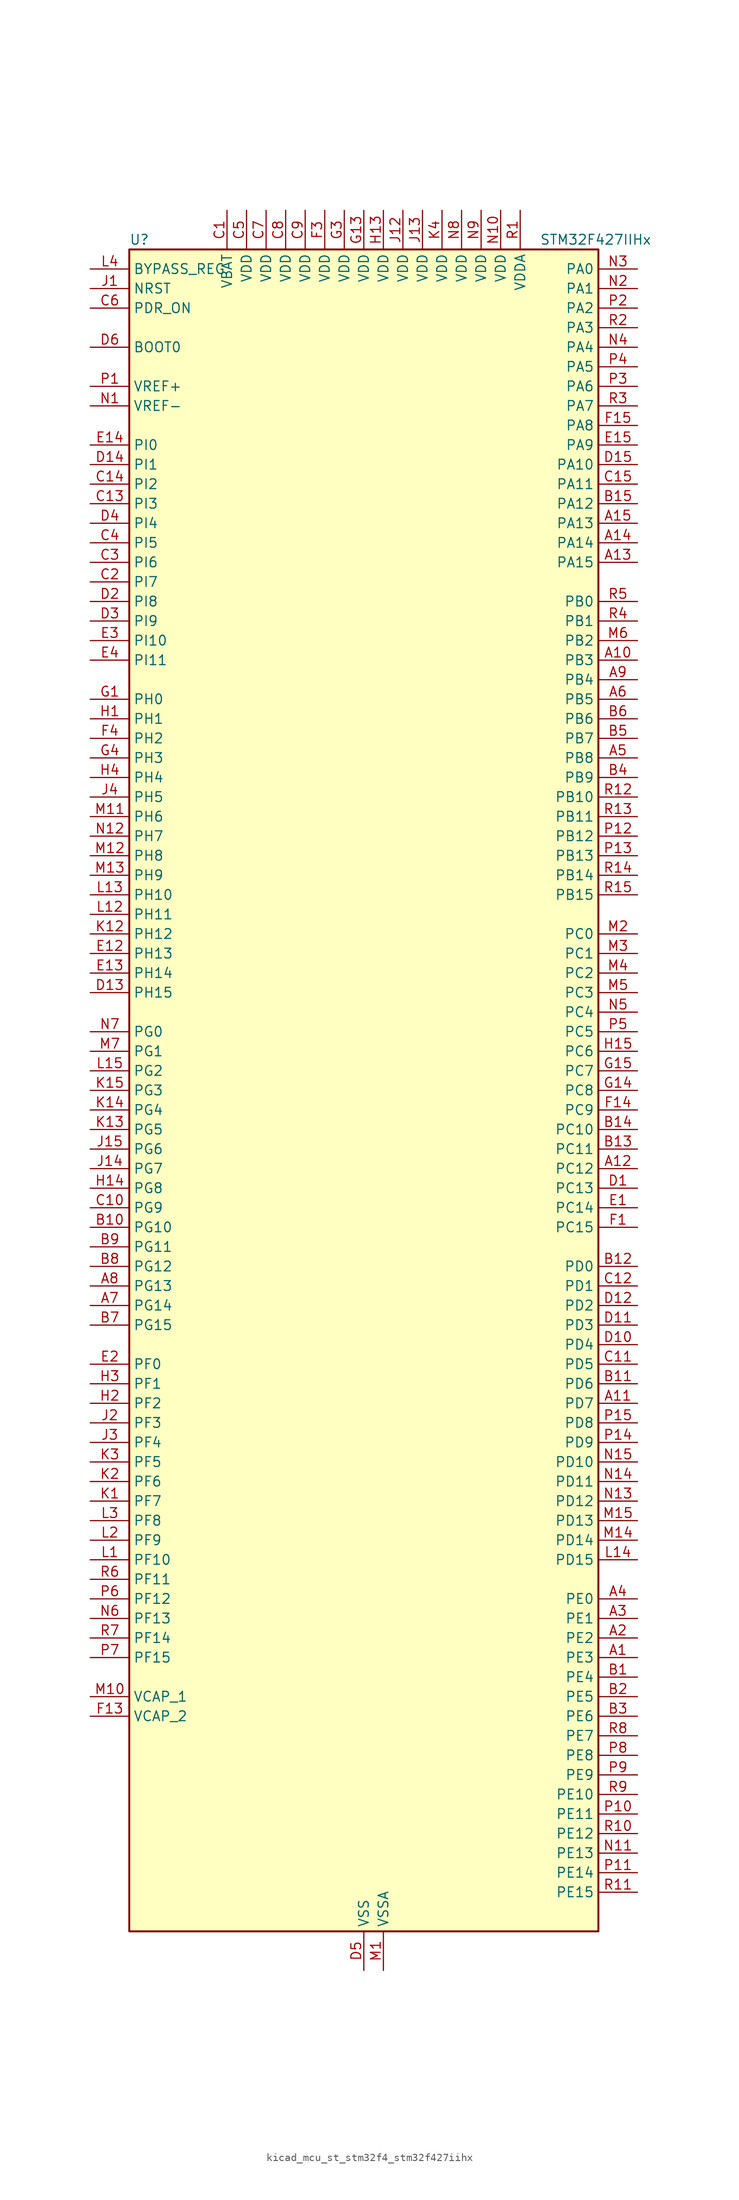
<source format=kicad_sym>
(kicad_symbol_lib
  (version 20220914)
  (generator kicad_symbol_editor)
  (symbol "kicad_mcu_st_stm32f4_stm32f427iihx"
    (property "Reference" "U"
      (at -30.48 110.49 0)
      (effects (font (size 1.27 1.27)) (justify left)))
    (property "Value" "STM32F427IIHx"
      (at 22.86 110.49 0)
      (effects (font (size 1.27 1.27)) (justify left)))
    (property "ki_locked" ""
      (at 0 0 0)
      (effects (font (size 1.27 1.27))))
    (symbol "kicad_mcu_st_stm32f4_stm32f427iihx_0_1"
      (rectangle (start -30.48 -109.22) (end 30.48 109.22) (stroke (width 0.254) (type default)) (fill (type background))))
    (symbol "kicad_mcu_st_stm32f4_stm32f427iihx_1_1"
      (pin bidirectional line (at 35.56 -73.66 180) (length 5.08) (name "PE3" (effects (font (size 1.27 1.27)))) (number "A1" (effects (font (size 1.27 1.27)))) (alternate "FMC_A19" bidirectional line) (alternate "SAI1_SD_B" bidirectional line) (alternate "SYS_TRACED0" bidirectional line))
      (pin bidirectional line (at 35.56 55.88 180) (length 5.08) (name "PB3" (effects (font (size 1.27 1.27)))) (number "A10" (effects (font (size 1.27 1.27)))) (alternate "I2S3_CK" bidirectional line) (alternate "SPI1_SCK" bidirectional line) (alternate "SPI3_SCK" bidirectional line) (alternate "SYS_JTDO-SWO" bidirectional line) (alternate "TIM2_CH2" bidirectional line))
      (pin bidirectional line (at 35.56 -40.64 180) (length 5.08) (name "PD7" (effects (font (size 1.27 1.27)))) (number "A11" (effects (font (size 1.27 1.27)))) (alternate "FMC_NCE2" bidirectional line) (alternate "FMC_NE1" bidirectional line) (alternate "USART2_CK" bidirectional line))
      (pin bidirectional line (at 35.56 -10.16 180) (length 5.08) (name "PC12" (effects (font (size 1.27 1.27)))) (number "A12" (effects (font (size 1.27 1.27)))) (alternate "DCMI_D9" bidirectional line) (alternate "I2S3_SD" bidirectional line) (alternate "SDIO_CK" bidirectional line) (alternate "SPI3_MOSI" bidirectional line) (alternate "UART5_TX" bidirectional line) (alternate "USART3_CK" bidirectional line))
      (pin bidirectional line (at 35.56 68.58 180) (length 5.08) (name "PA15" (effects (font (size 1.27 1.27)))) (number "A13" (effects (font (size 1.27 1.27)))) (alternate "ADC1_EXTI15" bidirectional line) (alternate "ADC2_EXTI15" bidirectional line) (alternate "ADC3_EXTI15" bidirectional line) (alternate "I2S3_WS" bidirectional line) (alternate "SPI1_NSS" bidirectional line) (alternate "SPI3_NSS" bidirectional line) (alternate "SYS_JTDI" bidirectional line) (alternate "TIM2_CH1" bidirectional line) (alternate "TIM2_ETR" bidirectional line))
      (pin bidirectional line (at 35.56 71.12 180) (length 5.08) (name "PA14" (effects (font (size 1.27 1.27)))) (number "A14" (effects (font (size 1.27 1.27)))) (alternate "SYS_JTCK-SWCLK" bidirectional line))
      (pin bidirectional line (at 35.56 73.66 180) (length 5.08) (name "PA13" (effects (font (size 1.27 1.27)))) (number "A15" (effects (font (size 1.27 1.27)))) (alternate "SYS_JTMS-SWDIO" bidirectional line))
      (pin bidirectional line (at 35.56 -71.12 180) (length 5.08) (name "PE2" (effects (font (size 1.27 1.27)))) (number "A2" (effects (font (size 1.27 1.27)))) (alternate "ETH_TXD3" bidirectional line) (alternate "FMC_A23" bidirectional line) (alternate "SAI1_MCLK_A" bidirectional line) (alternate "SPI4_SCK" bidirectional line) (alternate "SYS_TRACECLK" bidirectional line))
      (pin bidirectional line (at 35.56 -68.58 180) (length 5.08) (name "PE1" (effects (font (size 1.27 1.27)))) (number "A3" (effects (font (size 1.27 1.27)))) (alternate "DCMI_D3" bidirectional line) (alternate "FMC_NBL1" bidirectional line) (alternate "UART8_TX" bidirectional line))
      (pin bidirectional line (at 35.56 -66.04 180) (length 5.08) (name "PE0" (effects (font (size 1.27 1.27)))) (number "A4" (effects (font (size 1.27 1.27)))) (alternate "DCMI_D2" bidirectional line) (alternate "FMC_NBL0" bidirectional line) (alternate "TIM4_ETR" bidirectional line) (alternate "UART8_RX" bidirectional line))
      (pin bidirectional line (at 35.56 43.18 180) (length 5.08) (name "PB8" (effects (font (size 1.27 1.27)))) (number "A5" (effects (font (size 1.27 1.27)))) (alternate "CAN1_RX" bidirectional line) (alternate "DCMI_D6" bidirectional line) (alternate "ETH_TXD3" bidirectional line) (alternate "I2C1_SCL" bidirectional line) (alternate "SDIO_D4" bidirectional line) (alternate "TIM10_CH1" bidirectional line) (alternate "TIM4_CH3" bidirectional line))
      (pin bidirectional line (at 35.56 50.8 180) (length 5.08) (name "PB5" (effects (font (size 1.27 1.27)))) (number "A6" (effects (font (size 1.27 1.27)))) (alternate "CAN2_RX" bidirectional line) (alternate "DCMI_D10" bidirectional line) (alternate "ETH_PPS_OUT" bidirectional line) (alternate "FMC_SDCKE1" bidirectional line) (alternate "I2C1_SMBA" bidirectional line) (alternate "I2S3_SD" bidirectional line) (alternate "SPI1_MOSI" bidirectional line) (alternate "SPI3_MOSI" bidirectional line) (alternate "TIM3_CH2" bidirectional line) (alternate "USB_OTG_HS_ULPI_D7" bidirectional line))
      (pin bidirectional line (at -35.56 -27.94 0) (length 5.08) (name "PG14" (effects (font (size 1.27 1.27)))) (number "A7" (effects (font (size 1.27 1.27)))) (alternate "ETH_TXD1" bidirectional line) (alternate "FMC_A25" bidirectional line) (alternate "SPI6_MOSI" bidirectional line) (alternate "USART6_TX" bidirectional line))
      (pin bidirectional line (at -35.56 -25.4 0) (length 5.08) (name "PG13" (effects (font (size 1.27 1.27)))) (number "A8" (effects (font (size 1.27 1.27)))) (alternate "ETH_TXD0" bidirectional line) (alternate "FMC_A24" bidirectional line) (alternate "SPI6_SCK" bidirectional line) (alternate "USART6_CTS" bidirectional line))
      (pin bidirectional line (at 35.56 53.34 180) (length 5.08) (name "PB4" (effects (font (size 1.27 1.27)))) (number "A9" (effects (font (size 1.27 1.27)))) (alternate "I2S3_ext_SD" bidirectional line) (alternate "SPI1_MISO" bidirectional line) (alternate "SPI3_MISO" bidirectional line) (alternate "SYS_JTRST" bidirectional line) (alternate "TIM3_CH1" bidirectional line))
      (pin bidirectional line (at 35.56 -76.2 180) (length 5.08) (name "PE4" (effects (font (size 1.27 1.27)))) (number "B1" (effects (font (size 1.27 1.27)))) (alternate "DCMI_D4" bidirectional line) (alternate "FMC_A20" bidirectional line) (alternate "SAI1_FS_A" bidirectional line) (alternate "SPI4_NSS" bidirectional line) (alternate "SYS_TRACED1" bidirectional line))
      (pin bidirectional line (at -35.56 -17.78 0) (length 5.08) (name "PG10" (effects (font (size 1.27 1.27)))) (number "B10" (effects (font (size 1.27 1.27)))) (alternate "DCMI_D2" bidirectional line) (alternate "FMC_NCE4_1" bidirectional line) (alternate "FMC_NE3" bidirectional line))
      (pin bidirectional line (at 35.56 -38.1 180) (length 5.08) (name "PD6" (effects (font (size 1.27 1.27)))) (number "B11" (effects (font (size 1.27 1.27)))) (alternate "DCMI_D10" bidirectional line) (alternate "FMC_NWAIT" bidirectional line) (alternate "I2S3_SD" bidirectional line) (alternate "SAI1_SD_A" bidirectional line) (alternate "SPI3_MOSI" bidirectional line) (alternate "USART2_RX" bidirectional line))
      (pin bidirectional line (at 35.56 -22.86 180) (length 5.08) (name "PD0" (effects (font (size 1.27 1.27)))) (number "B12" (effects (font (size 1.27 1.27)))) (alternate "CAN1_RX" bidirectional line) (alternate "FMC_D2" bidirectional line) (alternate "FMC_DA2" bidirectional line))
      (pin bidirectional line (at 35.56 -7.62 180) (length 5.08) (name "PC11" (effects (font (size 1.27 1.27)))) (number "B13" (effects (font (size 1.27 1.27)))) (alternate "ADC1_EXTI11" bidirectional line) (alternate "ADC2_EXTI11" bidirectional line) (alternate "ADC3_EXTI11" bidirectional line) (alternate "DCMI_D4" bidirectional line) (alternate "I2S3_ext_SD" bidirectional line) (alternate "SDIO_D3" bidirectional line) (alternate "SPI3_MISO" bidirectional line) (alternate "UART4_RX" bidirectional line) (alternate "USART3_RX" bidirectional line))
      (pin bidirectional line (at 35.56 -5.08 180) (length 5.08) (name "PC10" (effects (font (size 1.27 1.27)))) (number "B14" (effects (font (size 1.27 1.27)))) (alternate "DCMI_D8" bidirectional line) (alternate "I2S3_CK" bidirectional line) (alternate "SDIO_D2" bidirectional line) (alternate "SPI3_SCK" bidirectional line) (alternate "UART4_TX" bidirectional line) (alternate "USART3_TX" bidirectional line))
      (pin bidirectional line (at 35.56 76.2 180) (length 5.08) (name "PA12" (effects (font (size 1.27 1.27)))) (number "B15" (effects (font (size 1.27 1.27)))) (alternate "CAN1_TX" bidirectional line) (alternate "TIM1_ETR" bidirectional line) (alternate "USART1_RTS" bidirectional line) (alternate "USB_OTG_FS_DP" bidirectional line))
      (pin bidirectional line (at 35.56 -78.74 180) (length 5.08) (name "PE5" (effects (font (size 1.27 1.27)))) (number "B2" (effects (font (size 1.27 1.27)))) (alternate "DCMI_D6" bidirectional line) (alternate "FMC_A21" bidirectional line) (alternate "SAI1_SCK_A" bidirectional line) (alternate "SPI4_MISO" bidirectional line) (alternate "SYS_TRACED2" bidirectional line) (alternate "TIM9_CH1" bidirectional line))
      (pin bidirectional line (at 35.56 -81.28 180) (length 5.08) (name "PE6" (effects (font (size 1.27 1.27)))) (number "B3" (effects (font (size 1.27 1.27)))) (alternate "DCMI_D7" bidirectional line) (alternate "FMC_A22" bidirectional line) (alternate "SAI1_SD_A" bidirectional line) (alternate "SPI4_MOSI" bidirectional line) (alternate "SYS_TRACED3" bidirectional line) (alternate "TIM9_CH2" bidirectional line))
      (pin bidirectional line (at 35.56 40.64 180) (length 5.08) (name "PB9" (effects (font (size 1.27 1.27)))) (number "B4" (effects (font (size 1.27 1.27)))) (alternate "CAN1_TX" bidirectional line) (alternate "DAC_EXTI9" bidirectional line) (alternate "DCMI_D7" bidirectional line) (alternate "I2C1_SDA" bidirectional line) (alternate "I2S2_WS" bidirectional line) (alternate "SDIO_D5" bidirectional line) (alternate "SPI2_NSS" bidirectional line) (alternate "TIM11_CH1" bidirectional line) (alternate "TIM4_CH4" bidirectional line))
      (pin bidirectional line (at 35.56 45.72 180) (length 5.08) (name "PB7" (effects (font (size 1.27 1.27)))) (number "B5" (effects (font (size 1.27 1.27)))) (alternate "DCMI_VSYNC" bidirectional line) (alternate "FMC_NL" bidirectional line) (alternate "I2C1_SDA" bidirectional line) (alternate "TIM4_CH2" bidirectional line) (alternate "USART1_RX" bidirectional line))
      (pin bidirectional line (at 35.56 48.26 180) (length 5.08) (name "PB6" (effects (font (size 1.27 1.27)))) (number "B6" (effects (font (size 1.27 1.27)))) (alternate "CAN2_TX" bidirectional line) (alternate "DCMI_D5" bidirectional line) (alternate "FMC_SDNE1" bidirectional line) (alternate "I2C1_SCL" bidirectional line) (alternate "TIM4_CH1" bidirectional line) (alternate "USART1_TX" bidirectional line))
      (pin bidirectional line (at -35.56 -30.48 0) (length 5.08) (name "PG15" (effects (font (size 1.27 1.27)))) (number "B7" (effects (font (size 1.27 1.27)))) (alternate "ADC1_EXTI15" bidirectional line) (alternate "ADC2_EXTI15" bidirectional line) (alternate "ADC3_EXTI15" bidirectional line) (alternate "DCMI_D13" bidirectional line) (alternate "FMC_SDNCAS" bidirectional line) (alternate "USART6_CTS" bidirectional line))
      (pin bidirectional line (at -35.56 -22.86 0) (length 5.08) (name "PG12" (effects (font (size 1.27 1.27)))) (number "B8" (effects (font (size 1.27 1.27)))) (alternate "FMC_NE4" bidirectional line) (alternate "SPI6_MISO" bidirectional line) (alternate "USART6_RTS" bidirectional line))
      (pin bidirectional line (at -35.56 -20.32 0) (length 5.08) (name "PG11" (effects (font (size 1.27 1.27)))) (number "B9" (effects (font (size 1.27 1.27)))) (alternate "ADC1_EXTI11" bidirectional line) (alternate "ADC2_EXTI11" bidirectional line) (alternate "ADC3_EXTI11" bidirectional line) (alternate "DCMI_D3" bidirectional line) (alternate "ETH_TX_EN" bidirectional line) (alternate "FMC_NCE4_2" bidirectional line))
      (pin power_in line (at -17.78 114.3 270) (length 5.08) (name "VBAT" (effects (font (size 1.27 1.27)))) (number "C1" (effects (font (size 1.27 1.27)))))
      (pin bidirectional line (at -35.56 -15.24 0) (length 5.08) (name "PG9" (effects (font (size 1.27 1.27)))) (number "C10" (effects (font (size 1.27 1.27)))) (alternate "DAC_EXTI9" bidirectional line) (alternate "DCMI_VSYNC" bidirectional line) (alternate "FMC_NCE3" bidirectional line) (alternate "FMC_NE2" bidirectional line) (alternate "USART6_RX" bidirectional line))
      (pin bidirectional line (at 35.56 -35.56 180) (length 5.08) (name "PD5" (effects (font (size 1.27 1.27)))) (number "C11" (effects (font (size 1.27 1.27)))) (alternate "FMC_NWE" bidirectional line) (alternate "USART2_TX" bidirectional line))
      (pin bidirectional line (at 35.56 -25.4 180) (length 5.08) (name "PD1" (effects (font (size 1.27 1.27)))) (number "C12" (effects (font (size 1.27 1.27)))) (alternate "CAN1_TX" bidirectional line) (alternate "FMC_D3" bidirectional line) (alternate "FMC_DA3" bidirectional line))
      (pin bidirectional line (at -35.56 76.2 0) (length 5.08) (name "PI3" (effects (font (size 1.27 1.27)))) (number "C13" (effects (font (size 1.27 1.27)))) (alternate "DCMI_D10" bidirectional line) (alternate "FMC_D27" bidirectional line) (alternate "I2S2_SD" bidirectional line) (alternate "SPI2_MOSI" bidirectional line) (alternate "TIM8_ETR" bidirectional line))
      (pin bidirectional line (at -35.56 78.74 0) (length 5.08) (name "PI2" (effects (font (size 1.27 1.27)))) (number "C14" (effects (font (size 1.27 1.27)))) (alternate "DCMI_D9" bidirectional line) (alternate "FMC_D26" bidirectional line) (alternate "I2S2_ext_SD" bidirectional line) (alternate "SPI2_MISO" bidirectional line) (alternate "TIM8_CH4" bidirectional line))
      (pin bidirectional line (at 35.56 78.74 180) (length 5.08) (name "PA11" (effects (font (size 1.27 1.27)))) (number "C15" (effects (font (size 1.27 1.27)))) (alternate "ADC1_EXTI11" bidirectional line) (alternate "ADC2_EXTI11" bidirectional line) (alternate "ADC3_EXTI11" bidirectional line) (alternate "CAN1_RX" bidirectional line) (alternate "TIM1_CH4" bidirectional line) (alternate "USART1_CTS" bidirectional line) (alternate "USB_OTG_FS_DM" bidirectional line))
      (pin bidirectional line (at -35.56 66.04 0) (length 5.08) (name "PI7" (effects (font (size 1.27 1.27)))) (number "C2" (effects (font (size 1.27 1.27)))) (alternate "DCMI_D7" bidirectional line) (alternate "FMC_D29" bidirectional line) (alternate "TIM8_CH3" bidirectional line))
      (pin bidirectional line (at -35.56 68.58 0) (length 5.08) (name "PI6" (effects (font (size 1.27 1.27)))) (number "C3" (effects (font (size 1.27 1.27)))) (alternate "DCMI_D6" bidirectional line) (alternate "FMC_D28" bidirectional line) (alternate "TIM8_CH2" bidirectional line))
      (pin bidirectional line (at -35.56 71.12 0) (length 5.08) (name "PI5" (effects (font (size 1.27 1.27)))) (number "C4" (effects (font (size 1.27 1.27)))) (alternate "DCMI_VSYNC" bidirectional line) (alternate "FMC_NBL3" bidirectional line) (alternate "TIM8_CH1" bidirectional line))
      (pin power_in line (at -15.24 114.3 270) (length 5.08) (name "VDD" (effects (font (size 1.27 1.27)))) (number "C5" (effects (font (size 1.27 1.27)))))
      (pin input line (at -35.56 101.6 0) (length 5.08) (name "PDR_ON" (effects (font (size 1.27 1.27)))) (number "C6" (effects (font (size 1.27 1.27)))))
      (pin power_in line (at -12.7 114.3 270) (length 5.08) (name "VDD" (effects (font (size 1.27 1.27)))) (number "C7" (effects (font (size 1.27 1.27)))))
      (pin power_in line (at -10.16 114.3 270) (length 5.08) (name "VDD" (effects (font (size 1.27 1.27)))) (number "C8" (effects (font (size 1.27 1.27)))))
      (pin power_in line (at -7.62 114.3 270) (length 5.08) (name "VDD" (effects (font (size 1.27 1.27)))) (number "C9" (effects (font (size 1.27 1.27)))))
      (pin bidirectional line (at 35.56 -12.7 180) (length 5.08) (name "PC13" (effects (font (size 1.27 1.27)))) (number "D1" (effects (font (size 1.27 1.27)))) (alternate "RTC_AF1" bidirectional line))
      (pin bidirectional line (at 35.56 -33.02 180) (length 5.08) (name "PD4" (effects (font (size 1.27 1.27)))) (number "D10" (effects (font (size 1.27 1.27)))) (alternate "FMC_NOE" bidirectional line) (alternate "USART2_RTS" bidirectional line))
      (pin bidirectional line (at 35.56 -30.48 180) (length 5.08) (name "PD3" (effects (font (size 1.27 1.27)))) (number "D11" (effects (font (size 1.27 1.27)))) (alternate "DCMI_D5" bidirectional line) (alternate "FMC_CLK" bidirectional line) (alternate "I2S2_CK" bidirectional line) (alternate "SPI2_SCK" bidirectional line) (alternate "USART2_CTS" bidirectional line))
      (pin bidirectional line (at 35.56 -27.94 180) (length 5.08) (name "PD2" (effects (font (size 1.27 1.27)))) (number "D12" (effects (font (size 1.27 1.27)))) (alternate "DCMI_D11" bidirectional line) (alternate "SDIO_CMD" bidirectional line) (alternate "TIM3_ETR" bidirectional line) (alternate "UART5_RX" bidirectional line))
      (pin bidirectional line (at -35.56 12.7 0) (length 5.08) (name "PH15" (effects (font (size 1.27 1.27)))) (number "D13" (effects (font (size 1.27 1.27)))) (alternate "ADC1_EXTI15" bidirectional line) (alternate "ADC2_EXTI15" bidirectional line) (alternate "ADC3_EXTI15" bidirectional line) (alternate "DCMI_D11" bidirectional line) (alternate "FMC_D23" bidirectional line) (alternate "TIM8_CH3N" bidirectional line))
      (pin bidirectional line (at -35.56 81.28 0) (length 5.08) (name "PI1" (effects (font (size 1.27 1.27)))) (number "D14" (effects (font (size 1.27 1.27)))) (alternate "DCMI_D8" bidirectional line) (alternate "FMC_D25" bidirectional line) (alternate "I2S2_CK" bidirectional line) (alternate "SPI2_SCK" bidirectional line))
      (pin bidirectional line (at 35.56 81.28 180) (length 5.08) (name "PA10" (effects (font (size 1.27 1.27)))) (number "D15" (effects (font (size 1.27 1.27)))) (alternate "DCMI_D1" bidirectional line) (alternate "TIM1_CH3" bidirectional line) (alternate "USART1_RX" bidirectional line) (alternate "USB_OTG_FS_ID" bidirectional line))
      (pin bidirectional line (at -35.56 63.5 0) (length 5.08) (name "PI8" (effects (font (size 1.27 1.27)))) (number "D2" (effects (font (size 1.27 1.27)))) (alternate "RTC_AF2" bidirectional line))
      (pin bidirectional line (at -35.56 60.96 0) (length 5.08) (name "PI9" (effects (font (size 1.27 1.27)))) (number "D3" (effects (font (size 1.27 1.27)))) (alternate "CAN1_RX" bidirectional line) (alternate "DAC_EXTI9" bidirectional line) (alternate "FMC_D30" bidirectional line))
      (pin bidirectional line (at -35.56 73.66 0) (length 5.08) (name "PI4" (effects (font (size 1.27 1.27)))) (number "D4" (effects (font (size 1.27 1.27)))) (alternate "DCMI_D5" bidirectional line) (alternate "FMC_NBL2" bidirectional line) (alternate "TIM8_BKIN" bidirectional line))
      (pin power_in line (at 0 -114.3 90) (length 5.08) (name "VSS" (effects (font (size 1.27 1.27)))) (number "D5" (effects (font (size 1.27 1.27)))))
      (pin input line (at -35.56 96.52 0) (length 5.08) (name "BOOT0" (effects (font (size 1.27 1.27)))) (number "D6" (effects (font (size 1.27 1.27)))))
      (pin passive line (at 0 -114.3 90) (length 5.08) hide (name "VSS" (effects (font (size 1.27 1.27)))) (number "D7" (effects (font (size 1.27 1.27)))))
      (pin passive line (at 0 -114.3 90) (length 5.08) hide (name "VSS" (effects (font (size 1.27 1.27)))) (number "D8" (effects (font (size 1.27 1.27)))))
      (pin passive line (at 0 -114.3 90) (length 5.08) hide (name "VSS" (effects (font (size 1.27 1.27)))) (number "D9" (effects (font (size 1.27 1.27)))))
      (pin bidirectional line (at 35.56 -15.24 180) (length 5.08) (name "PC14" (effects (font (size 1.27 1.27)))) (number "E1" (effects (font (size 1.27 1.27)))) (alternate "RCC_OSC32_IN" bidirectional line))
      (pin bidirectional line (at -35.56 17.78 0) (length 5.08) (name "PH13" (effects (font (size 1.27 1.27)))) (number "E12" (effects (font (size 1.27 1.27)))) (alternate "CAN1_TX" bidirectional line) (alternate "FMC_D21" bidirectional line) (alternate "TIM8_CH1N" bidirectional line))
      (pin bidirectional line (at -35.56 15.24 0) (length 5.08) (name "PH14" (effects (font (size 1.27 1.27)))) (number "E13" (effects (font (size 1.27 1.27)))) (alternate "DCMI_D4" bidirectional line) (alternate "FMC_D22" bidirectional line) (alternate "TIM8_CH2N" bidirectional line))
      (pin bidirectional line (at -35.56 83.82 0) (length 5.08) (name "PI0" (effects (font (size 1.27 1.27)))) (number "E14" (effects (font (size 1.27 1.27)))) (alternate "DCMI_D13" bidirectional line) (alternate "FMC_D24" bidirectional line) (alternate "I2S2_WS" bidirectional line) (alternate "SPI2_NSS" bidirectional line) (alternate "TIM5_CH4" bidirectional line))
      (pin bidirectional line (at 35.56 83.82 180) (length 5.08) (name "PA9" (effects (font (size 1.27 1.27)))) (number "E15" (effects (font (size 1.27 1.27)))) (alternate "DAC_EXTI9" bidirectional line) (alternate "DCMI_D0" bidirectional line) (alternate "I2C3_SMBA" bidirectional line) (alternate "TIM1_CH2" bidirectional line) (alternate "USART1_TX" bidirectional line) (alternate "USB_OTG_FS_VBUS" bidirectional line))
      (pin bidirectional line (at -35.56 -35.56 0) (length 5.08) (name "PF0" (effects (font (size 1.27 1.27)))) (number "E2" (effects (font (size 1.27 1.27)))) (alternate "FMC_A0" bidirectional line) (alternate "I2C2_SDA" bidirectional line))
      (pin bidirectional line (at -35.56 58.42 0) (length 5.08) (name "PI10" (effects (font (size 1.27 1.27)))) (number "E3" (effects (font (size 1.27 1.27)))) (alternate "ETH_RX_ER" bidirectional line) (alternate "FMC_D31" bidirectional line))
      (pin bidirectional line (at -35.56 55.88 0) (length 5.08) (name "PI11" (effects (font (size 1.27 1.27)))) (number "E4" (effects (font (size 1.27 1.27)))) (alternate "ADC1_EXTI11" bidirectional line) (alternate "ADC2_EXTI11" bidirectional line) (alternate "ADC3_EXTI11" bidirectional line) (alternate "USB_OTG_HS_ULPI_DIR" bidirectional line))
      (pin bidirectional line (at 35.56 -17.78 180) (length 5.08) (name "PC15" (effects (font (size 1.27 1.27)))) (number "F1" (effects (font (size 1.27 1.27)))) (alternate "ADC1_EXTI15" bidirectional line) (alternate "ADC2_EXTI15" bidirectional line) (alternate "ADC3_EXTI15" bidirectional line) (alternate "RCC_OSC32_OUT" bidirectional line))
      (pin passive line (at 0 -114.3 90) (length 5.08) hide (name "VSS" (effects (font (size 1.27 1.27)))) (number "F10" (effects (font (size 1.27 1.27)))))
      (pin passive line (at 0 -114.3 90) (length 5.08) hide (name "VSS" (effects (font (size 1.27 1.27)))) (number "F12" (effects (font (size 1.27 1.27)))))
      (pin power_out line (at -35.56 -81.28 0) (length 5.08) (name "VCAP_2" (effects (font (size 1.27 1.27)))) (number "F13" (effects (font (size 1.27 1.27)))))
      (pin bidirectional line (at 35.56 -2.54 180) (length 5.08) (name "PC9" (effects (font (size 1.27 1.27)))) (number "F14" (effects (font (size 1.27 1.27)))) (alternate "DAC_EXTI9" bidirectional line) (alternate "DCMI_D3" bidirectional line) (alternate "I2C3_SDA" bidirectional line) (alternate "I2S_CKIN" bidirectional line) (alternate "RCC_MCO_2" bidirectional line) (alternate "SDIO_D1" bidirectional line) (alternate "TIM3_CH4" bidirectional line) (alternate "TIM8_CH4" bidirectional line))
      (pin bidirectional line (at 35.56 86.36 180) (length 5.08) (name "PA8" (effects (font (size 1.27 1.27)))) (number "F15" (effects (font (size 1.27 1.27)))) (alternate "I2C3_SCL" bidirectional line) (alternate "RCC_MCO_1" bidirectional line) (alternate "TIM1_CH1" bidirectional line) (alternate "USART1_CK" bidirectional line) (alternate "USB_OTG_FS_SOF" bidirectional line))
      (pin passive line (at 0 -114.3 90) (length 5.08) hide (name "VSS" (effects (font (size 1.27 1.27)))) (number "F2" (effects (font (size 1.27 1.27)))))
      (pin power_in line (at -5.08 114.3 270) (length 5.08) (name "VDD" (effects (font (size 1.27 1.27)))) (number "F3" (effects (font (size 1.27 1.27)))))
      (pin bidirectional line (at -35.56 45.72 0) (length 5.08) (name "PH2" (effects (font (size 1.27 1.27)))) (number "F4" (effects (font (size 1.27 1.27)))) (alternate "ETH_CRS" bidirectional line) (alternate "FMC_SDCKE0" bidirectional line))
      (pin passive line (at 0 -114.3 90) (length 5.08) hide (name "VSS" (effects (font (size 1.27 1.27)))) (number "F6" (effects (font (size 1.27 1.27)))))
      (pin passive line (at 0 -114.3 90) (length 5.08) hide (name "VSS" (effects (font (size 1.27 1.27)))) (number "F7" (effects (font (size 1.27 1.27)))))
      (pin passive line (at 0 -114.3 90) (length 5.08) hide (name "VSS" (effects (font (size 1.27 1.27)))) (number "F8" (effects (font (size 1.27 1.27)))))
      (pin passive line (at 0 -114.3 90) (length 5.08) hide (name "VSS" (effects (font (size 1.27 1.27)))) (number "F9" (effects (font (size 1.27 1.27)))))
      (pin bidirectional line (at -35.56 50.8 0) (length 5.08) (name "PH0" (effects (font (size 1.27 1.27)))) (number "G1" (effects (font (size 1.27 1.27)))) (alternate "RCC_OSC_IN" bidirectional line))
      (pin passive line (at 0 -114.3 90) (length 5.08) hide (name "VSS" (effects (font (size 1.27 1.27)))) (number "G10" (effects (font (size 1.27 1.27)))))
      (pin passive line (at 0 -114.3 90) (length 5.08) hide (name "VSS" (effects (font (size 1.27 1.27)))) (number "G12" (effects (font (size 1.27 1.27)))))
      (pin power_in line (at 0 114.3 270) (length 5.08) (name "VDD" (effects (font (size 1.27 1.27)))) (number "G13" (effects (font (size 1.27 1.27)))))
      (pin bidirectional line (at 35.56 0 180) (length 5.08) (name "PC8" (effects (font (size 1.27 1.27)))) (number "G14" (effects (font (size 1.27 1.27)))) (alternate "DCMI_D2" bidirectional line) (alternate "SDIO_D0" bidirectional line) (alternate "TIM3_CH3" bidirectional line) (alternate "TIM8_CH3" bidirectional line) (alternate "USART6_CK" bidirectional line))
      (pin bidirectional line (at 35.56 2.54 180) (length 5.08) (name "PC7" (effects (font (size 1.27 1.27)))) (number "G15" (effects (font (size 1.27 1.27)))) (alternate "DCMI_D1" bidirectional line) (alternate "I2S3_MCK" bidirectional line) (alternate "SDIO_D7" bidirectional line) (alternate "TIM3_CH2" bidirectional line) (alternate "TIM8_CH2" bidirectional line) (alternate "USART6_RX" bidirectional line))
      (pin passive line (at 0 -114.3 90) (length 5.08) hide (name "VSS" (effects (font (size 1.27 1.27)))) (number "G2" (effects (font (size 1.27 1.27)))))
      (pin power_in line (at -2.54 114.3 270) (length 5.08) (name "VDD" (effects (font (size 1.27 1.27)))) (number "G3" (effects (font (size 1.27 1.27)))))
      (pin bidirectional line (at -35.56 43.18 0) (length 5.08) (name "PH3" (effects (font (size 1.27 1.27)))) (number "G4" (effects (font (size 1.27 1.27)))) (alternate "ETH_COL" bidirectional line) (alternate "FMC_SDNE0" bidirectional line))
      (pin passive line (at 0 -114.3 90) (length 5.08) hide (name "VSS" (effects (font (size 1.27 1.27)))) (number "G6" (effects (font (size 1.27 1.27)))))
      (pin passive line (at 0 -114.3 90) (length 5.08) hide (name "VSS" (effects (font (size 1.27 1.27)))) (number "G7" (effects (font (size 1.27 1.27)))))
      (pin passive line (at 0 -114.3 90) (length 5.08) hide (name "VSS" (effects (font (size 1.27 1.27)))) (number "G8" (effects (font (size 1.27 1.27)))))
      (pin passive line (at 0 -114.3 90) (length 5.08) hide (name "VSS" (effects (font (size 1.27 1.27)))) (number "G9" (effects (font (size 1.27 1.27)))))
      (pin bidirectional line (at -35.56 48.26 0) (length 5.08) (name "PH1" (effects (font (size 1.27 1.27)))) (number "H1" (effects (font (size 1.27 1.27)))) (alternate "RCC_OSC_OUT" bidirectional line))
      (pin passive line (at 0 -114.3 90) (length 5.08) hide (name "VSS" (effects (font (size 1.27 1.27)))) (number "H10" (effects (font (size 1.27 1.27)))))
      (pin passive line (at 0 -114.3 90) (length 5.08) hide (name "VSS" (effects (font (size 1.27 1.27)))) (number "H12" (effects (font (size 1.27 1.27)))))
      (pin power_in line (at 2.54 114.3 270) (length 5.08) (name "VDD" (effects (font (size 1.27 1.27)))) (number "H13" (effects (font (size 1.27 1.27)))))
      (pin bidirectional line (at -35.56 -12.7 0) (length 5.08) (name "PG8" (effects (font (size 1.27 1.27)))) (number "H14" (effects (font (size 1.27 1.27)))) (alternate "ETH_PPS_OUT" bidirectional line) (alternate "FMC_SDCLK" bidirectional line) (alternate "SPI6_NSS" bidirectional line) (alternate "USART6_RTS" bidirectional line))
      (pin bidirectional line (at 35.56 5.08 180) (length 5.08) (name "PC6" (effects (font (size 1.27 1.27)))) (number "H15" (effects (font (size 1.27 1.27)))) (alternate "DCMI_D0" bidirectional line) (alternate "I2S2_MCK" bidirectional line) (alternate "SDIO_D6" bidirectional line) (alternate "TIM3_CH1" bidirectional line) (alternate "TIM8_CH1" bidirectional line) (alternate "USART6_TX" bidirectional line))
      (pin bidirectional line (at -35.56 -40.64 0) (length 5.08) (name "PF2" (effects (font (size 1.27 1.27)))) (number "H2" (effects (font (size 1.27 1.27)))) (alternate "FMC_A2" bidirectional line) (alternate "I2C2_SMBA" bidirectional line))
      (pin bidirectional line (at -35.56 -38.1 0) (length 5.08) (name "PF1" (effects (font (size 1.27 1.27)))) (number "H3" (effects (font (size 1.27 1.27)))) (alternate "FMC_A1" bidirectional line) (alternate "I2C2_SCL" bidirectional line))
      (pin bidirectional line (at -35.56 40.64 0) (length 5.08) (name "PH4" (effects (font (size 1.27 1.27)))) (number "H4" (effects (font (size 1.27 1.27)))) (alternate "I2C2_SCL" bidirectional line) (alternate "USB_OTG_HS_ULPI_NXT" bidirectional line))
      (pin passive line (at 0 -114.3 90) (length 5.08) hide (name "VSS" (effects (font (size 1.27 1.27)))) (number "H6" (effects (font (size 1.27 1.27)))))
      (pin passive line (at 0 -114.3 90) (length 5.08) hide (name "VSS" (effects (font (size 1.27 1.27)))) (number "H7" (effects (font (size 1.27 1.27)))))
      (pin passive line (at 0 -114.3 90) (length 5.08) hide (name "VSS" (effects (font (size 1.27 1.27)))) (number "H8" (effects (font (size 1.27 1.27)))))
      (pin passive line (at 0 -114.3 90) (length 5.08) hide (name "VSS" (effects (font (size 1.27 1.27)))) (number "H9" (effects (font (size 1.27 1.27)))))
      (pin input line (at -35.56 104.14 0) (length 5.08) (name "NRST" (effects (font (size 1.27 1.27)))) (number "J1" (effects (font (size 1.27 1.27)))))
      (pin passive line (at 0 -114.3 90) (length 5.08) hide (name "VSS" (effects (font (size 1.27 1.27)))) (number "J10" (effects (font (size 1.27 1.27)))))
      (pin power_in line (at 5.08 114.3 270) (length 5.08) (name "VDD" (effects (font (size 1.27 1.27)))) (number "J12" (effects (font (size 1.27 1.27)))))
      (pin power_in line (at 7.62 114.3 270) (length 5.08) (name "VDD" (effects (font (size 1.27 1.27)))) (number "J13" (effects (font (size 1.27 1.27)))))
      (pin bidirectional line (at -35.56 -10.16 0) (length 5.08) (name "PG7" (effects (font (size 1.27 1.27)))) (number "J14" (effects (font (size 1.27 1.27)))) (alternate "DCMI_D13" bidirectional line) (alternate "FMC_INT3" bidirectional line) (alternate "USART6_CK" bidirectional line))
      (pin bidirectional line (at -35.56 -7.62 0) (length 5.08) (name "PG6" (effects (font (size 1.27 1.27)))) (number "J15" (effects (font (size 1.27 1.27)))) (alternate "DCMI_D12" bidirectional line) (alternate "FMC_INT2" bidirectional line))
      (pin bidirectional line (at -35.56 -43.18 0) (length 5.08) (name "PF3" (effects (font (size 1.27 1.27)))) (number "J2" (effects (font (size 1.27 1.27)))) (alternate "ADC3_IN9" bidirectional line) (alternate "FMC_A3" bidirectional line))
      (pin bidirectional line (at -35.56 -45.72 0) (length 5.08) (name "PF4" (effects (font (size 1.27 1.27)))) (number "J3" (effects (font (size 1.27 1.27)))) (alternate "ADC3_IN14" bidirectional line) (alternate "FMC_A4" bidirectional line))
      (pin bidirectional line (at -35.56 38.1 0) (length 5.08) (name "PH5" (effects (font (size 1.27 1.27)))) (number "J4" (effects (font (size 1.27 1.27)))) (alternate "FMC_SDNWE" bidirectional line) (alternate "I2C2_SDA" bidirectional line) (alternate "SPI5_NSS" bidirectional line))
      (pin passive line (at 0 -114.3 90) (length 5.08) hide (name "VSS" (effects (font (size 1.27 1.27)))) (number "J6" (effects (font (size 1.27 1.27)))))
      (pin passive line (at 0 -114.3 90) (length 5.08) hide (name "VSS" (effects (font (size 1.27 1.27)))) (number "J7" (effects (font (size 1.27 1.27)))))
      (pin passive line (at 0 -114.3 90) (length 5.08) hide (name "VSS" (effects (font (size 1.27 1.27)))) (number "J8" (effects (font (size 1.27 1.27)))))
      (pin passive line (at 0 -114.3 90) (length 5.08) hide (name "VSS" (effects (font (size 1.27 1.27)))) (number "J9" (effects (font (size 1.27 1.27)))))
      (pin bidirectional line (at -35.56 -53.34 0) (length 5.08) (name "PF7" (effects (font (size 1.27 1.27)))) (number "K1" (effects (font (size 1.27 1.27)))) (alternate "ADC3_IN5" bidirectional line) (alternate "FMC_NREG" bidirectional line) (alternate "SAI1_MCLK_B" bidirectional line) (alternate "SPI5_SCK" bidirectional line) (alternate "TIM11_CH1" bidirectional line) (alternate "UART7_TX" bidirectional line))
      (pin passive line (at 0 -114.3 90) (length 5.08) hide (name "VSS" (effects (font (size 1.27 1.27)))) (number "K10" (effects (font (size 1.27 1.27)))))
      (pin bidirectional line (at -35.56 20.32 0) (length 5.08) (name "PH12" (effects (font (size 1.27 1.27)))) (number "K12" (effects (font (size 1.27 1.27)))) (alternate "DCMI_D3" bidirectional line) (alternate "FMC_D20" bidirectional line) (alternate "TIM5_CH3" bidirectional line))
      (pin bidirectional line (at -35.56 -5.08 0) (length 5.08) (name "PG5" (effects (font (size 1.27 1.27)))) (number "K13" (effects (font (size 1.27 1.27)))) (alternate "FMC_A15" bidirectional line) (alternate "FMC_BA1" bidirectional line))
      (pin bidirectional line (at -35.56 -2.54 0) (length 5.08) (name "PG4" (effects (font (size 1.27 1.27)))) (number "K14" (effects (font (size 1.27 1.27)))) (alternate "FMC_A14" bidirectional line) (alternate "FMC_BA0" bidirectional line))
      (pin bidirectional line (at -35.56 0 0) (length 5.08) (name "PG3" (effects (font (size 1.27 1.27)))) (number "K15" (effects (font (size 1.27 1.27)))) (alternate "FMC_A13" bidirectional line))
      (pin bidirectional line (at -35.56 -50.8 0) (length 5.08) (name "PF6" (effects (font (size 1.27 1.27)))) (number "K2" (effects (font (size 1.27 1.27)))) (alternate "ADC3_IN4" bidirectional line) (alternate "FMC_NIORD" bidirectional line) (alternate "SAI1_SD_B" bidirectional line) (alternate "SPI5_NSS" bidirectional line) (alternate "TIM10_CH1" bidirectional line) (alternate "UART7_RX" bidirectional line))
      (pin bidirectional line (at -35.56 -48.26 0) (length 5.08) (name "PF5" (effects (font (size 1.27 1.27)))) (number "K3" (effects (font (size 1.27 1.27)))) (alternate "ADC3_IN15" bidirectional line) (alternate "FMC_A5" bidirectional line))
      (pin power_in line (at 10.16 114.3 270) (length 5.08) (name "VDD" (effects (font (size 1.27 1.27)))) (number "K4" (effects (font (size 1.27 1.27)))))
      (pin passive line (at 0 -114.3 90) (length 5.08) hide (name "VSS" (effects (font (size 1.27 1.27)))) (number "K6" (effects (font (size 1.27 1.27)))))
      (pin passive line (at 0 -114.3 90) (length 5.08) hide (name "VSS" (effects (font (size 1.27 1.27)))) (number "K7" (effects (font (size 1.27 1.27)))))
      (pin passive line (at 0 -114.3 90) (length 5.08) hide (name "VSS" (effects (font (size 1.27 1.27)))) (number "K8" (effects (font (size 1.27 1.27)))))
      (pin passive line (at 0 -114.3 90) (length 5.08) hide (name "VSS" (effects (font (size 1.27 1.27)))) (number "K9" (effects (font (size 1.27 1.27)))))
      (pin bidirectional line (at -35.56 -60.96 0) (length 5.08) (name "PF10" (effects (font (size 1.27 1.27)))) (number "L1" (effects (font (size 1.27 1.27)))) (alternate "ADC3_IN8" bidirectional line) (alternate "DCMI_D11" bidirectional line) (alternate "FMC_INTR" bidirectional line))
      (pin bidirectional line (at -35.56 22.86 0) (length 5.08) (name "PH11" (effects (font (size 1.27 1.27)))) (number "L12" (effects (font (size 1.27 1.27)))) (alternate "ADC1_EXTI11" bidirectional line) (alternate "ADC2_EXTI11" bidirectional line) (alternate "ADC3_EXTI11" bidirectional line) (alternate "DCMI_D2" bidirectional line) (alternate "FMC_D19" bidirectional line) (alternate "TIM5_CH2" bidirectional line))
      (pin bidirectional line (at -35.56 25.4 0) (length 5.08) (name "PH10" (effects (font (size 1.27 1.27)))) (number "L13" (effects (font (size 1.27 1.27)))) (alternate "DCMI_D1" bidirectional line) (alternate "FMC_D18" bidirectional line) (alternate "TIM5_CH1" bidirectional line))
      (pin bidirectional line (at 35.56 -60.96 180) (length 5.08) (name "PD15" (effects (font (size 1.27 1.27)))) (number "L14" (effects (font (size 1.27 1.27)))) (alternate "ADC1_EXTI15" bidirectional line) (alternate "ADC2_EXTI15" bidirectional line) (alternate "ADC3_EXTI15" bidirectional line) (alternate "FMC_D1" bidirectional line) (alternate "FMC_DA1" bidirectional line) (alternate "TIM4_CH4" bidirectional line))
      (pin bidirectional line (at -35.56 2.54 0) (length 5.08) (name "PG2" (effects (font (size 1.27 1.27)))) (number "L15" (effects (font (size 1.27 1.27)))) (alternate "FMC_A12" bidirectional line))
      (pin bidirectional line (at -35.56 -58.42 0) (length 5.08) (name "PF9" (effects (font (size 1.27 1.27)))) (number "L2" (effects (font (size 1.27 1.27)))) (alternate "ADC3_IN7" bidirectional line) (alternate "DAC_EXTI9" bidirectional line) (alternate "FMC_CD" bidirectional line) (alternate "SAI1_FS_B" bidirectional line) (alternate "SPI5_MOSI" bidirectional line) (alternate "TIM14_CH1" bidirectional line))
      (pin bidirectional line (at -35.56 -55.88 0) (length 5.08) (name "PF8" (effects (font (size 1.27 1.27)))) (number "L3" (effects (font (size 1.27 1.27)))) (alternate "ADC3_IN6" bidirectional line) (alternate "FMC_NIOWR" bidirectional line) (alternate "SAI1_SCK_B" bidirectional line) (alternate "SPI5_MISO" bidirectional line) (alternate "TIM13_CH1" bidirectional line))
      (pin input line (at -35.56 106.68 0) (length 5.08) (name "BYPASS_REG" (effects (font (size 1.27 1.27)))) (number "L4" (effects (font (size 1.27 1.27)))))
      (pin power_in line (at 2.54 -114.3 90) (length 5.08) (name "VSSA" (effects (font (size 1.27 1.27)))) (number "M1" (effects (font (size 1.27 1.27)))))
      (pin power_out line (at -35.56 -78.74 0) (length 5.08) (name "VCAP_1" (effects (font (size 1.27 1.27)))) (number "M10" (effects (font (size 1.27 1.27)))))
      (pin bidirectional line (at -35.56 35.56 0) (length 5.08) (name "PH6" (effects (font (size 1.27 1.27)))) (number "M11" (effects (font (size 1.27 1.27)))) (alternate "DCMI_D8" bidirectional line) (alternate "ETH_RXD2" bidirectional line) (alternate "FMC_SDNE1" bidirectional line) (alternate "I2C2_SMBA" bidirectional line) (alternate "SPI5_SCK" bidirectional line) (alternate "TIM12_CH1" bidirectional line))
      (pin bidirectional line (at -35.56 30.48 0) (length 5.08) (name "PH8" (effects (font (size 1.27 1.27)))) (number "M12" (effects (font (size 1.27 1.27)))) (alternate "DCMI_HSYNC" bidirectional line) (alternate "FMC_D16" bidirectional line) (alternate "I2C3_SDA" bidirectional line))
      (pin bidirectional line (at -35.56 27.94 0) (length 5.08) (name "PH9" (effects (font (size 1.27 1.27)))) (number "M13" (effects (font (size 1.27 1.27)))) (alternate "DAC_EXTI9" bidirectional line) (alternate "DCMI_D0" bidirectional line) (alternate "FMC_D17" bidirectional line) (alternate "I2C3_SMBA" bidirectional line) (alternate "TIM12_CH2" bidirectional line))
      (pin bidirectional line (at 35.56 -58.42 180) (length 5.08) (name "PD14" (effects (font (size 1.27 1.27)))) (number "M14" (effects (font (size 1.27 1.27)))) (alternate "FMC_D0" bidirectional line) (alternate "FMC_DA0" bidirectional line) (alternate "TIM4_CH3" bidirectional line))
      (pin bidirectional line (at 35.56 -55.88 180) (length 5.08) (name "PD13" (effects (font (size 1.27 1.27)))) (number "M15" (effects (font (size 1.27 1.27)))) (alternate "FMC_A18" bidirectional line) (alternate "TIM4_CH2" bidirectional line))
      (pin bidirectional line (at 35.56 20.32 180) (length 5.08) (name "PC0" (effects (font (size 1.27 1.27)))) (number "M2" (effects (font (size 1.27 1.27)))) (alternate "ADC1_IN10" bidirectional line) (alternate "ADC2_IN10" bidirectional line) (alternate "ADC3_IN10" bidirectional line) (alternate "FMC_SDNWE" bidirectional line) (alternate "USB_OTG_HS_ULPI_STP" bidirectional line))
      (pin bidirectional line (at 35.56 17.78 180) (length 5.08) (name "PC1" (effects (font (size 1.27 1.27)))) (number "M3" (effects (font (size 1.27 1.27)))) (alternate "ADC1_IN11" bidirectional line) (alternate "ADC2_IN11" bidirectional line) (alternate "ADC3_IN11" bidirectional line) (alternate "ETH_MDC" bidirectional line))
      (pin bidirectional line (at 35.56 15.24 180) (length 5.08) (name "PC2" (effects (font (size 1.27 1.27)))) (number "M4" (effects (font (size 1.27 1.27)))) (alternate "ADC1_IN12" bidirectional line) (alternate "ADC2_IN12" bidirectional line) (alternate "ADC3_IN12" bidirectional line) (alternate "ETH_TXD2" bidirectional line) (alternate "FMC_SDNE0" bidirectional line) (alternate "I2S2_ext_SD" bidirectional line) (alternate "SPI2_MISO" bidirectional line) (alternate "USB_OTG_HS_ULPI_DIR" bidirectional line))
      (pin bidirectional line (at 35.56 12.7 180) (length 5.08) (name "PC3" (effects (font (size 1.27 1.27)))) (number "M5" (effects (font (size 1.27 1.27)))) (alternate "ADC1_IN13" bidirectional line) (alternate "ADC2_IN13" bidirectional line) (alternate "ADC3_IN13" bidirectional line) (alternate "ETH_TX_CLK" bidirectional line) (alternate "FMC_SDCKE0" bidirectional line) (alternate "I2S2_SD" bidirectional line) (alternate "SPI2_MOSI" bidirectional line) (alternate "USB_OTG_HS_ULPI_NXT" bidirectional line))
      (pin bidirectional line (at 35.56 58.42 180) (length 5.08) (name "PB2" (effects (font (size 1.27 1.27)))) (number "M6" (effects (font (size 1.27 1.27)))))
      (pin bidirectional line (at -35.56 5.08 0) (length 5.08) (name "PG1" (effects (font (size 1.27 1.27)))) (number "M7" (effects (font (size 1.27 1.27)))) (alternate "FMC_A11" bidirectional line))
      (pin passive line (at 0 -114.3 90) (length 5.08) hide (name "VSS" (effects (font (size 1.27 1.27)))) (number "M8" (effects (font (size 1.27 1.27)))))
      (pin passive line (at 0 -114.3 90) (length 5.08) hide (name "VSS" (effects (font (size 1.27 1.27)))) (number "M9" (effects (font (size 1.27 1.27)))))
      (pin input line (at -35.56 88.9 0) (length 5.08) (name "VREF-" (effects (font (size 1.27 1.27)))) (number "N1" (effects (font (size 1.27 1.27)))))
      (pin power_in line (at 17.78 114.3 270) (length 5.08) (name "VDD" (effects (font (size 1.27 1.27)))) (number "N10" (effects (font (size 1.27 1.27)))))
      (pin bidirectional line (at 35.56 -99.06 180) (length 5.08) (name "PE13" (effects (font (size 1.27 1.27)))) (number "N11" (effects (font (size 1.27 1.27)))) (alternate "FMC_D10" bidirectional line) (alternate "FMC_DA10" bidirectional line) (alternate "SPI4_MISO" bidirectional line) (alternate "TIM1_CH3" bidirectional line))
      (pin bidirectional line (at -35.56 33.02 0) (length 5.08) (name "PH7" (effects (font (size 1.27 1.27)))) (number "N12" (effects (font (size 1.27 1.27)))) (alternate "DCMI_D9" bidirectional line) (alternate "ETH_RXD3" bidirectional line) (alternate "FMC_SDCKE1" bidirectional line) (alternate "I2C3_SCL" bidirectional line) (alternate "SPI5_MISO" bidirectional line))
      (pin bidirectional line (at 35.56 -53.34 180) (length 5.08) (name "PD12" (effects (font (size 1.27 1.27)))) (number "N13" (effects (font (size 1.27 1.27)))) (alternate "FMC_A17" bidirectional line) (alternate "FMC_ALE" bidirectional line) (alternate "TIM4_CH1" bidirectional line) (alternate "USART3_RTS" bidirectional line))
      (pin bidirectional line (at 35.56 -50.8 180) (length 5.08) (name "PD11" (effects (font (size 1.27 1.27)))) (number "N14" (effects (font (size 1.27 1.27)))) (alternate "ADC1_EXTI11" bidirectional line) (alternate "ADC2_EXTI11" bidirectional line) (alternate "ADC3_EXTI11" bidirectional line) (alternate "FMC_A16" bidirectional line) (alternate "FMC_CLE" bidirectional line) (alternate "USART3_CTS" bidirectional line))
      (pin bidirectional line (at 35.56 -48.26 180) (length 5.08) (name "PD10" (effects (font (size 1.27 1.27)))) (number "N15" (effects (font (size 1.27 1.27)))) (alternate "FMC_D15" bidirectional line) (alternate "FMC_DA15" bidirectional line) (alternate "USART3_CK" bidirectional line))
      (pin bidirectional line (at 35.56 104.14 180) (length 5.08) (name "PA1" (effects (font (size 1.27 1.27)))) (number "N2" (effects (font (size 1.27 1.27)))) (alternate "ADC1_IN1" bidirectional line) (alternate "ADC2_IN1" bidirectional line) (alternate "ADC3_IN1" bidirectional line) (alternate "ETH_REF_CLK" bidirectional line) (alternate "ETH_RX_CLK" bidirectional line) (alternate "TIM2_CH2" bidirectional line) (alternate "TIM5_CH2" bidirectional line) (alternate "UART4_RX" bidirectional line) (alternate "USART2_RTS" bidirectional line))
      (pin bidirectional line (at 35.56 106.68 180) (length 5.08) (name "PA0" (effects (font (size 1.27 1.27)))) (number "N3" (effects (font (size 1.27 1.27)))) (alternate "ADC1_IN0" bidirectional line) (alternate "ADC2_IN0" bidirectional line) (alternate "ADC3_IN0" bidirectional line) (alternate "ETH_CRS" bidirectional line) (alternate "SYS_WKUP" bidirectional line) (alternate "TIM2_CH1" bidirectional line) (alternate "TIM2_ETR" bidirectional line) (alternate "TIM5_CH1" bidirectional line) (alternate "TIM8_ETR" bidirectional line) (alternate "UART4_TX" bidirectional line) (alternate "USART2_CTS" bidirectional line))
      (pin bidirectional line (at 35.56 96.52 180) (length 5.08) (name "PA4" (effects (font (size 1.27 1.27)))) (number "N4" (effects (font (size 1.27 1.27)))) (alternate "ADC1_IN4" bidirectional line) (alternate "ADC2_IN4" bidirectional line) (alternate "DAC_OUT1" bidirectional line) (alternate "DCMI_HSYNC" bidirectional line) (alternate "I2S3_WS" bidirectional line) (alternate "SPI1_NSS" bidirectional line) (alternate "SPI3_NSS" bidirectional line) (alternate "USART2_CK" bidirectional line) (alternate "USB_OTG_HS_SOF" bidirectional line))
      (pin bidirectional line (at 35.56 10.16 180) (length 5.08) (name "PC4" (effects (font (size 1.27 1.27)))) (number "N5" (effects (font (size 1.27 1.27)))) (alternate "ADC1_IN14" bidirectional line) (alternate "ADC2_IN14" bidirectional line) (alternate "ETH_RXD0" bidirectional line))
      (pin bidirectional line (at -35.56 -68.58 0) (length 5.08) (name "PF13" (effects (font (size 1.27 1.27)))) (number "N6" (effects (font (size 1.27 1.27)))) (alternate "FMC_A7" bidirectional line))
      (pin bidirectional line (at -35.56 7.62 0) (length 5.08) (name "PG0" (effects (font (size 1.27 1.27)))) (number "N7" (effects (font (size 1.27 1.27)))) (alternate "FMC_A10" bidirectional line))
      (pin power_in line (at 12.7 114.3 270) (length 5.08) (name "VDD" (effects (font (size 1.27 1.27)))) (number "N8" (effects (font (size 1.27 1.27)))))
      (pin power_in line (at 15.24 114.3 270) (length 5.08) (name "VDD" (effects (font (size 1.27 1.27)))) (number "N9" (effects (font (size 1.27 1.27)))))
      (pin input line (at -35.56 91.44 0) (length 5.08) (name "VREF+" (effects (font (size 1.27 1.27)))) (number "P1" (effects (font (size 1.27 1.27)))))
      (pin bidirectional line (at 35.56 -93.98 180) (length 5.08) (name "PE11" (effects (font (size 1.27 1.27)))) (number "P10" (effects (font (size 1.27 1.27)))) (alternate "ADC1_EXTI11" bidirectional line) (alternate "ADC2_EXTI11" bidirectional line) (alternate "ADC3_EXTI11" bidirectional line) (alternate "FMC_D8" bidirectional line) (alternate "FMC_DA8" bidirectional line) (alternate "SPI4_NSS" bidirectional line) (alternate "TIM1_CH2" bidirectional line))
      (pin bidirectional line (at 35.56 -101.6 180) (length 5.08) (name "PE14" (effects (font (size 1.27 1.27)))) (number "P11" (effects (font (size 1.27 1.27)))) (alternate "FMC_D11" bidirectional line) (alternate "FMC_DA11" bidirectional line) (alternate "SPI4_MOSI" bidirectional line) (alternate "TIM1_CH4" bidirectional line))
      (pin bidirectional line (at 35.56 33.02 180) (length 5.08) (name "PB12" (effects (font (size 1.27 1.27)))) (number "P12" (effects (font (size 1.27 1.27)))) (alternate "CAN2_RX" bidirectional line) (alternate "ETH_TXD0" bidirectional line) (alternate "I2C2_SMBA" bidirectional line) (alternate "I2S2_WS" bidirectional line) (alternate "SPI2_NSS" bidirectional line) (alternate "TIM1_BKIN" bidirectional line) (alternate "USART3_CK" bidirectional line) (alternate "USB_OTG_HS_ID" bidirectional line) (alternate "USB_OTG_HS_ULPI_D5" bidirectional line))
      (pin bidirectional line (at 35.56 30.48 180) (length 5.08) (name "PB13" (effects (font (size 1.27 1.27)))) (number "P13" (effects (font (size 1.27 1.27)))) (alternate "CAN2_TX" bidirectional line) (alternate "ETH_TXD1" bidirectional line) (alternate "I2S2_CK" bidirectional line) (alternate "SPI2_SCK" bidirectional line) (alternate "TIM1_CH1N" bidirectional line) (alternate "USART3_CTS" bidirectional line) (alternate "USB_OTG_HS_ULPI_D6" bidirectional line) (alternate "USB_OTG_HS_VBUS" bidirectional line))
      (pin bidirectional line (at 35.56 -45.72 180) (length 5.08) (name "PD9" (effects (font (size 1.27 1.27)))) (number "P14" (effects (font (size 1.27 1.27)))) (alternate "DAC_EXTI9" bidirectional line) (alternate "FMC_D14" bidirectional line) (alternate "FMC_DA14" bidirectional line) (alternate "USART3_RX" bidirectional line))
      (pin bidirectional line (at 35.56 -43.18 180) (length 5.08) (name "PD8" (effects (font (size 1.27 1.27)))) (number "P15" (effects (font (size 1.27 1.27)))) (alternate "FMC_D13" bidirectional line) (alternate "FMC_DA13" bidirectional line) (alternate "USART3_TX" bidirectional line))
      (pin bidirectional line (at 35.56 101.6 180) (length 5.08) (name "PA2" (effects (font (size 1.27 1.27)))) (number "P2" (effects (font (size 1.27 1.27)))) (alternate "ADC1_IN2" bidirectional line) (alternate "ADC2_IN2" bidirectional line) (alternate "ADC3_IN2" bidirectional line) (alternate "ETH_MDIO" bidirectional line) (alternate "TIM2_CH3" bidirectional line) (alternate "TIM5_CH3" bidirectional line) (alternate "TIM9_CH1" bidirectional line) (alternate "USART2_TX" bidirectional line))
      (pin bidirectional line (at 35.56 91.44 180) (length 5.08) (name "PA6" (effects (font (size 1.27 1.27)))) (number "P3" (effects (font (size 1.27 1.27)))) (alternate "ADC1_IN6" bidirectional line) (alternate "ADC2_IN6" bidirectional line) (alternate "DCMI_PIXCLK" bidirectional line) (alternate "SPI1_MISO" bidirectional line) (alternate "TIM13_CH1" bidirectional line) (alternate "TIM1_BKIN" bidirectional line) (alternate "TIM3_CH1" bidirectional line) (alternate "TIM8_BKIN" bidirectional line))
      (pin bidirectional line (at 35.56 93.98 180) (length 5.08) (name "PA5" (effects (font (size 1.27 1.27)))) (number "P4" (effects (font (size 1.27 1.27)))) (alternate "ADC1_IN5" bidirectional line) (alternate "ADC2_IN5" bidirectional line) (alternate "DAC_OUT2" bidirectional line) (alternate "SPI1_SCK" bidirectional line) (alternate "TIM2_CH1" bidirectional line) (alternate "TIM2_ETR" bidirectional line) (alternate "TIM8_CH1N" bidirectional line) (alternate "USB_OTG_HS_ULPI_CK" bidirectional line))
      (pin bidirectional line (at 35.56 7.62 180) (length 5.08) (name "PC5" (effects (font (size 1.27 1.27)))) (number "P5" (effects (font (size 1.27 1.27)))) (alternate "ADC1_IN15" bidirectional line) (alternate "ADC2_IN15" bidirectional line) (alternate "ETH_RXD1" bidirectional line))
      (pin bidirectional line (at -35.56 -66.04 0) (length 5.08) (name "PF12" (effects (font (size 1.27 1.27)))) (number "P6" (effects (font (size 1.27 1.27)))) (alternate "FMC_A6" bidirectional line))
      (pin bidirectional line (at -35.56 -73.66 0) (length 5.08) (name "PF15" (effects (font (size 1.27 1.27)))) (number "P7" (effects (font (size 1.27 1.27)))) (alternate "ADC1_EXTI15" bidirectional line) (alternate "ADC2_EXTI15" bidirectional line) (alternate "ADC3_EXTI15" bidirectional line) (alternate "FMC_A9" bidirectional line))
      (pin bidirectional line (at 35.56 -86.36 180) (length 5.08) (name "PE8" (effects (font (size 1.27 1.27)))) (number "P8" (effects (font (size 1.27 1.27)))) (alternate "FMC_D5" bidirectional line) (alternate "FMC_DA5" bidirectional line) (alternate "TIM1_CH1N" bidirectional line) (alternate "UART7_TX" bidirectional line))
      (pin bidirectional line (at 35.56 -88.9 180) (length 5.08) (name "PE9" (effects (font (size 1.27 1.27)))) (number "P9" (effects (font (size 1.27 1.27)))) (alternate "DAC_EXTI9" bidirectional line) (alternate "FMC_D6" bidirectional line) (alternate "FMC_DA6" bidirectional line) (alternate "TIM1_CH1" bidirectional line))
      (pin power_in line (at 20.32 114.3 270) (length 5.08) (name "VDDA" (effects (font (size 1.27 1.27)))) (number "R1" (effects (font (size 1.27 1.27)))))
      (pin bidirectional line (at 35.56 -96.52 180) (length 5.08) (name "PE12" (effects (font (size 1.27 1.27)))) (number "R10" (effects (font (size 1.27 1.27)))) (alternate "FMC_D9" bidirectional line) (alternate "FMC_DA9" bidirectional line) (alternate "SPI4_SCK" bidirectional line) (alternate "TIM1_CH3N" bidirectional line))
      (pin bidirectional line (at 35.56 -104.14 180) (length 5.08) (name "PE15" (effects (font (size 1.27 1.27)))) (number "R11" (effects (font (size 1.27 1.27)))) (alternate "ADC1_EXTI15" bidirectional line) (alternate "ADC2_EXTI15" bidirectional line) (alternate "ADC3_EXTI15" bidirectional line) (alternate "FMC_D12" bidirectional line) (alternate "FMC_DA12" bidirectional line) (alternate "TIM1_BKIN" bidirectional line))
      (pin bidirectional line (at 35.56 38.1 180) (length 5.08) (name "PB10" (effects (font (size 1.27 1.27)))) (number "R12" (effects (font (size 1.27 1.27)))) (alternate "ETH_RX_ER" bidirectional line) (alternate "I2C2_SCL" bidirectional line) (alternate "I2S2_CK" bidirectional line) (alternate "SPI2_SCK" bidirectional line) (alternate "TIM2_CH3" bidirectional line) (alternate "USART3_TX" bidirectional line) (alternate "USB_OTG_HS_ULPI_D3" bidirectional line))
      (pin bidirectional line (at 35.56 35.56 180) (length 5.08) (name "PB11" (effects (font (size 1.27 1.27)))) (number "R13" (effects (font (size 1.27 1.27)))) (alternate "ADC1_EXTI11" bidirectional line) (alternate "ADC2_EXTI11" bidirectional line) (alternate "ADC3_EXTI11" bidirectional line) (alternate "ETH_TX_EN" bidirectional line) (alternate "I2C2_SDA" bidirectional line) (alternate "TIM2_CH4" bidirectional line) (alternate "USART3_RX" bidirectional line) (alternate "USB_OTG_HS_ULPI_D4" bidirectional line))
      (pin bidirectional line (at 35.56 27.94 180) (length 5.08) (name "PB14" (effects (font (size 1.27 1.27)))) (number "R14" (effects (font (size 1.27 1.27)))) (alternate "I2S2_ext_SD" bidirectional line) (alternate "SPI2_MISO" bidirectional line) (alternate "TIM12_CH1" bidirectional line) (alternate "TIM1_CH2N" bidirectional line) (alternate "TIM8_CH2N" bidirectional line) (alternate "USART3_RTS" bidirectional line) (alternate "USB_OTG_HS_DM" bidirectional line))
      (pin bidirectional line (at 35.56 25.4 180) (length 5.08) (name "PB15" (effects (font (size 1.27 1.27)))) (number "R15" (effects (font (size 1.27 1.27)))) (alternate "ADC1_EXTI15" bidirectional line) (alternate "ADC2_EXTI15" bidirectional line) (alternate "ADC3_EXTI15" bidirectional line) (alternate "I2S2_SD" bidirectional line) (alternate "RTC_REFIN" bidirectional line) (alternate "SPI2_MOSI" bidirectional line) (alternate "TIM12_CH2" bidirectional line) (alternate "TIM1_CH3N" bidirectional line) (alternate "TIM8_CH3N" bidirectional line) (alternate "USB_OTG_HS_DP" bidirectional line))
      (pin bidirectional line (at 35.56 99.06 180) (length 5.08) (name "PA3" (effects (font (size 1.27 1.27)))) (number "R2" (effects (font (size 1.27 1.27)))) (alternate "ADC1_IN3" bidirectional line) (alternate "ADC2_IN3" bidirectional line) (alternate "ADC3_IN3" bidirectional line) (alternate "ETH_COL" bidirectional line) (alternate "TIM2_CH4" bidirectional line) (alternate "TIM5_CH4" bidirectional line) (alternate "TIM9_CH2" bidirectional line) (alternate "USART2_RX" bidirectional line) (alternate "USB_OTG_HS_ULPI_D0" bidirectional line))
      (pin bidirectional line (at 35.56 88.9 180) (length 5.08) (name "PA7" (effects (font (size 1.27 1.27)))) (number "R3" (effects (font (size 1.27 1.27)))) (alternate "ADC1_IN7" bidirectional line) (alternate "ADC2_IN7" bidirectional line) (alternate "ETH_CRS_DV" bidirectional line) (alternate "ETH_RX_DV" bidirectional line) (alternate "SPI1_MOSI" bidirectional line) (alternate "TIM14_CH1" bidirectional line) (alternate "TIM1_CH1N" bidirectional line) (alternate "TIM3_CH2" bidirectional line) (alternate "TIM8_CH1N" bidirectional line))
      (pin bidirectional line (at 35.56 60.96 180) (length 5.08) (name "PB1" (effects (font (size 1.27 1.27)))) (number "R4" (effects (font (size 1.27 1.27)))) (alternate "ADC1_IN9" bidirectional line) (alternate "ADC2_IN9" bidirectional line) (alternate "ETH_RXD3" bidirectional line) (alternate "TIM1_CH3N" bidirectional line) (alternate "TIM3_CH4" bidirectional line) (alternate "TIM8_CH3N" bidirectional line) (alternate "USB_OTG_HS_ULPI_D2" bidirectional line))
      (pin bidirectional line (at 35.56 63.5 180) (length 5.08) (name "PB0" (effects (font (size 1.27 1.27)))) (number "R5" (effects (font (size 1.27 1.27)))) (alternate "ADC1_IN8" bidirectional line) (alternate "ADC2_IN8" bidirectional line) (alternate "ETH_RXD2" bidirectional line) (alternate "TIM1_CH2N" bidirectional line) (alternate "TIM3_CH3" bidirectional line) (alternate "TIM8_CH2N" bidirectional line) (alternate "USB_OTG_HS_ULPI_D1" bidirectional line))
      (pin bidirectional line (at -35.56 -63.5 0) (length 5.08) (name "PF11" (effects (font (size 1.27 1.27)))) (number "R6" (effects (font (size 1.27 1.27)))) (alternate "ADC1_EXTI11" bidirectional line) (alternate "ADC2_EXTI11" bidirectional line) (alternate "ADC3_EXTI11" bidirectional line) (alternate "DCMI_D12" bidirectional line) (alternate "FMC_SDNRAS" bidirectional line) (alternate "SPI5_MOSI" bidirectional line))
      (pin bidirectional line (at -35.56 -71.12 0) (length 5.08) (name "PF14" (effects (font (size 1.27 1.27)))) (number "R7" (effects (font (size 1.27 1.27)))) (alternate "FMC_A8" bidirectional line))
      (pin bidirectional line (at 35.56 -83.82 180) (length 5.08) (name "PE7" (effects (font (size 1.27 1.27)))) (number "R8" (effects (font (size 1.27 1.27)))) (alternate "FMC_D4" bidirectional line) (alternate "FMC_DA4" bidirectional line) (alternate "TIM1_ETR" bidirectional line) (alternate "UART7_RX" bidirectional line))
      (pin bidirectional line (at 35.56 -91.44 180) (length 5.08) (name "PE10" (effects (font (size 1.27 1.27)))) (number "R9" (effects (font (size 1.27 1.27)))) (alternate "FMC_D7" bidirectional line) (alternate "FMC_DA7" bidirectional line) (alternate "TIM1_CH2N" bidirectional line)))))
</source>
